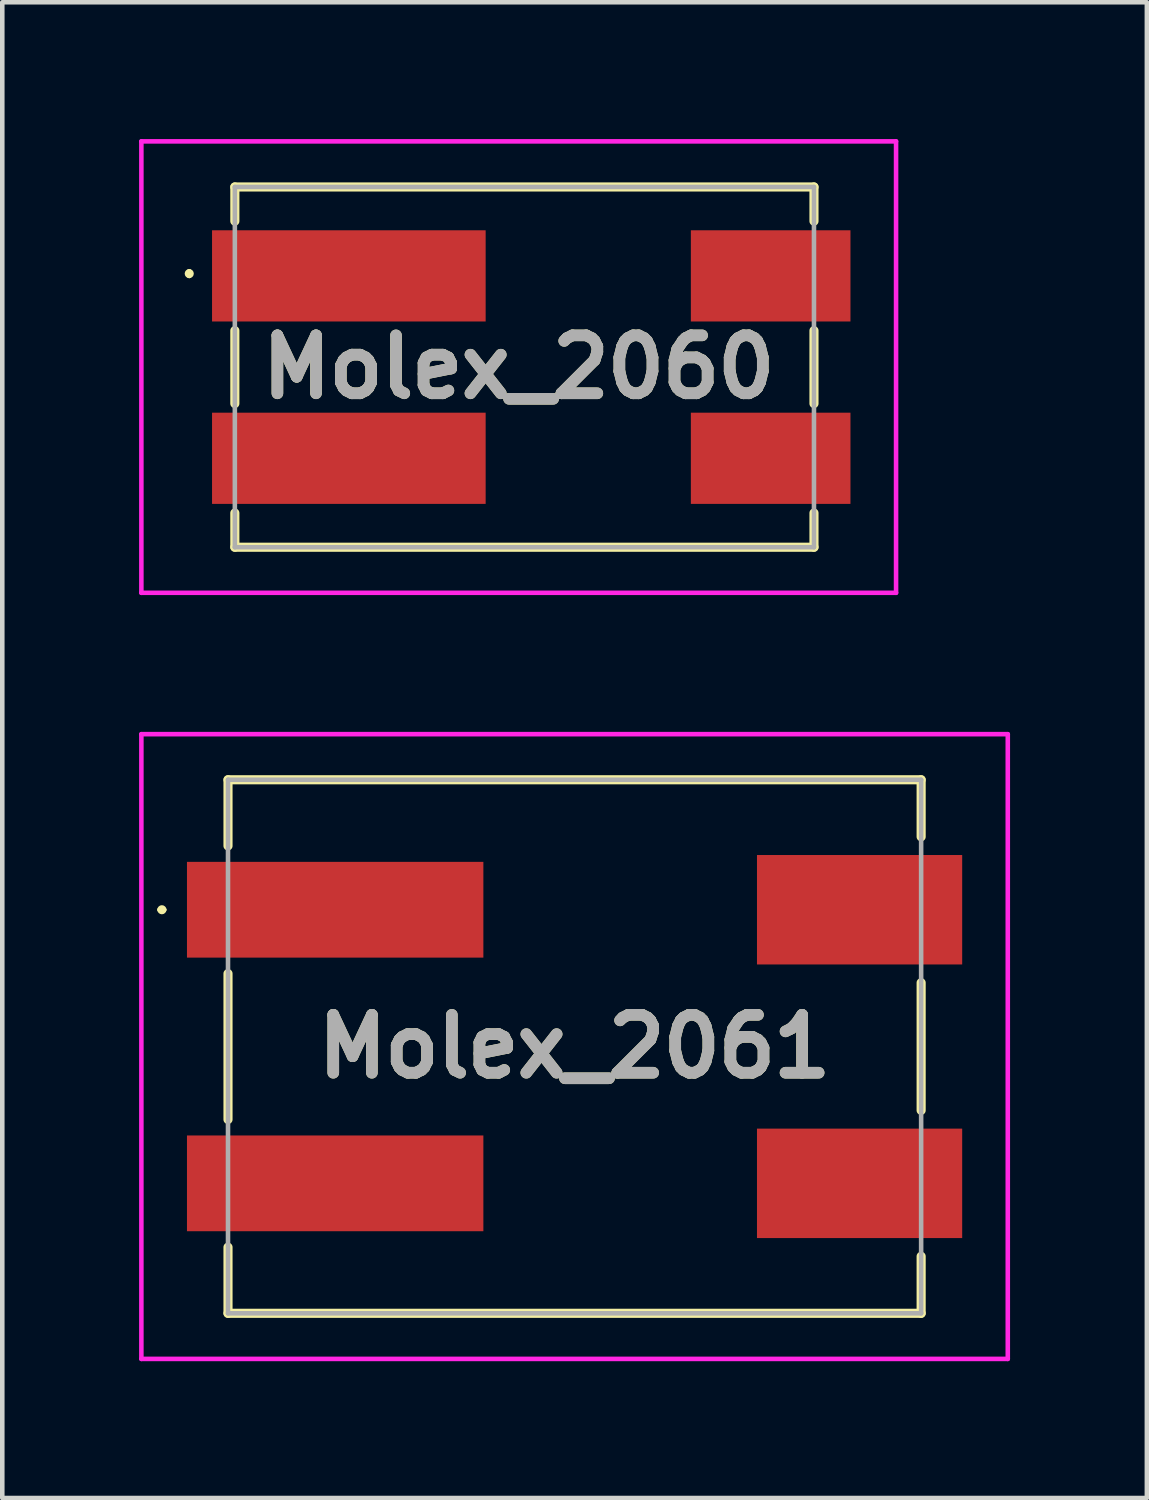
<source format=kicad_pcb>
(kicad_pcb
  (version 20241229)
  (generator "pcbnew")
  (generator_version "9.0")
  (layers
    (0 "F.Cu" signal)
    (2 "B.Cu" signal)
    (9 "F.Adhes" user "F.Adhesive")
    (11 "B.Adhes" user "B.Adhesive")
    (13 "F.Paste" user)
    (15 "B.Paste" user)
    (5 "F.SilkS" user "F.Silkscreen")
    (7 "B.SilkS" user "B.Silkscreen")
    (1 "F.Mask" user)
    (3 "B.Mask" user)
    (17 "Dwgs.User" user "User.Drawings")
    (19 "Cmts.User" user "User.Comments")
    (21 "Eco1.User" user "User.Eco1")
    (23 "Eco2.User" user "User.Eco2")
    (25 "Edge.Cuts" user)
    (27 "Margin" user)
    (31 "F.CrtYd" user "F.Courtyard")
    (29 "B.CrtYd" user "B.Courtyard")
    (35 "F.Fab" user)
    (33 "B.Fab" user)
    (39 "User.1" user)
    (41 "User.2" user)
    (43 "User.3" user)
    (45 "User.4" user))
  (footprint "Molex_2061"
    (layer "F.Cu")
    (at 9.55 19.9)
    (property "Reference" "Molex_2061" (at 0 0 0) (layer "F.SilkS") (effects (font (size 1.27 1.27) (thickness 0.254))))
    (attr smd)
    (fp_line (start -9.1 -3) (end -9.1 -3) (stroke (width 0.1) (type solid)) (layer "F.SilkS"))
    (fp_line (start -9 -3) (end -9 -3) (stroke (width 0.1) (type solid)) (layer "F.SilkS"))
    (fp_line (start -7.6 -5.85) (end -7.6 -4.4) (stroke (width 0.2) (type solid)) (layer "F.SilkS"))
    (fp_line (start -7.6 -1.6) (end -7.6 1.6) (stroke (width 0.2) (type solid)) (layer "F.SilkS"))
    (fp_line (start -7.6 4.4) (end -7.6 5.85) (stroke (width 0.2) (type solid)) (layer "F.SilkS"))
    (fp_line (start -7.6 5.85) (end 7.6 5.85) (stroke (width 0.2) (type solid)) (layer "F.SilkS"))
    (fp_line (start 7.6 -5.85) (end -7.6 -5.85) (stroke (width 0.2) (type solid)) (layer "F.SilkS"))
    (fp_line (start 7.6 -4.6) (end 7.6 -5.85) (stroke (width 0.2) (type solid)) (layer "F.SilkS"))
    (fp_line (start 7.6 1.4) (end 7.6 -1.4) (stroke (width 0.2) (type solid)) (layer "F.SilkS"))
    (fp_line (start 7.6 5.85) (end 7.6 4.6) (stroke (width 0.2) (type solid)) (layer "F.SilkS"))
    (fp_arc (start -9.1 -3) (mid -9.05 -3.05) (end -9 -3) (stroke (width 0.1) (type solid)) (layer "F.SilkS"))
    (fp_arc (start -9 -3) (mid -9.05 -2.95) (end -9.1 -3) (stroke (width 0.1) (type solid)) (layer "F.SilkS"))
    (fp_line (start -9.5 -6.85) (end 9.5 -6.85) (stroke (width 0.1) (type solid)) (layer "F.CrtYd"))
    (fp_line (start -9.5 6.85) (end -9.5 -6.85) (stroke (width 0.1) (type solid)) (layer "F.CrtYd"))
    (fp_line (start 9.5 -6.85) (end 9.5 6.85) (stroke (width 0.1) (type solid)) (layer "F.CrtYd"))
    (fp_line (start 9.5 6.85) (end -9.5 6.85) (stroke (width 0.1) (type solid)) (layer "F.CrtYd"))
    (fp_line (start -7.6 -5.85) (end -7.6 5.85) (stroke (width 0.1) (type solid)) (layer "F.Fab"))
    (fp_line (start -7.6 5.85) (end 7.6 5.85) (stroke (width 0.1) (type solid)) (layer "F.Fab"))
    (fp_line (start 7.6 -5.85) (end -7.6 -5.85) (stroke (width 0.1) (type solid)) (layer "F.Fab"))
    (fp_line (start 7.6 5.85) (end 7.6 -5.85) (stroke (width 0.1) (type solid)) (layer "F.Fab"))
    (fp_text user "${REFERENCE}" (at 0 0 0) (layer "F.Fab") (effects (font (size 1.27 1.27) (thickness 0.254))))
    (pad "1" smd rect (at -5.25 -3 90) (size 2.1 6.5) (layers "F.Cu" "F.Mask" "F.Paste"))
    (pad "1" smd rect (at 6.25 -3 90) (size 2.4 4.5) (layers "F.Cu" "F.Mask" "F.Paste"))
    (pad "2" smd rect (at -5.25 3 90) (size 2.1 6.5) (layers "F.Cu" "F.Mask" "F.Paste"))
    (pad "2" smd rect (at 6.25 3 90) (size 2.4 4.5) (layers "F.Cu" "F.Mask" "F.Paste")))
  (footprint "Molex_2060"
    (layer "F.Cu")
    (at 8.325 5)
    (property "Reference" "Molex_2060" (at 0 0 0) (layer "F.SilkS") (effects (font (size 1.27 1.27) (thickness 0.254))))
    (attr smd)
    (fp_line (start -7.225 -2.1) (end -7.225 -2.1) (stroke (width 0.1) (type solid)) (layer "F.SilkS"))
    (fp_line (start -7.225 -2) (end -7.225 -2) (stroke (width 0.1) (type solid)) (layer "F.SilkS"))
    (fp_line (start -6.225 -3.95) (end 6.475 -3.95) (stroke (width 0.2) (type solid)) (layer "F.SilkS"))
    (fp_line (start -6.225 -3.2) (end -6.225 -3.95) (stroke (width 0.2) (type solid)) (layer "F.SilkS"))
    (fp_line (start -6.225 -0.8) (end -6.225 0.8) (stroke (width 0.2) (type solid)) (layer "F.SilkS"))
    (fp_line (start -6.225 3.2) (end -6.225 3.95) (stroke (width 0.2) (type solid)) (layer "F.SilkS"))
    (fp_line (start -6.225 3.95) (end 6.475 3.95) (stroke (width 0.2) (type solid)) (layer "F.SilkS"))
    (fp_line (start 6.475 -3.95) (end 6.475 -3.2) (stroke (width 0.2) (type solid)) (layer "F.SilkS"))
    (fp_line (start 6.475 -0.8) (end 6.475 0.8) (stroke (width 0.2) (type solid)) (layer "F.SilkS"))
    (fp_line (start 6.475 3.95) (end 6.475 3.2) (stroke (width 0.2) (type solid)) (layer "F.SilkS"))
    (fp_arc (start -7.225 -2.1) (mid -7.175 -2.05) (end -7.225 -2) (stroke (width 0.1) (type solid)) (layer "F.SilkS"))
    (fp_arc (start -7.225 -2) (mid -7.275 -2.05) (end -7.225 -2.1) (stroke (width 0.1) (type solid)) (layer "F.SilkS"))
    (fp_line (start -8.275 -4.95) (end 8.275 -4.95) (stroke (width 0.1) (type solid)) (layer "F.CrtYd"))
    (fp_line (start -8.275 4.95) (end -8.275 -4.95) (stroke (width 0.1) (type solid)) (layer "F.CrtYd"))
    (fp_line (start 8.275 -4.95) (end 8.275 4.95) (stroke (width 0.1) (type solid)) (layer "F.CrtYd"))
    (fp_line (start 8.275 4.95) (end -8.275 4.95) (stroke (width 0.1) (type solid)) (layer "F.CrtYd"))
    (fp_line (start -6.225 -3.95) (end 6.475 -3.95) (stroke (width 0.1) (type solid)) (layer "F.Fab"))
    (fp_line (start -6.225 3.95) (end -6.225 -3.95) (stroke (width 0.1) (type solid)) (layer "F.Fab"))
    (fp_line (start 6.475 -3.95) (end 6.475 3.95) (stroke (width 0.1) (type solid)) (layer "F.Fab"))
    (fp_line (start 6.475 3.95) (end -6.225 3.95) (stroke (width 0.1) (type solid)) (layer "F.Fab"))
    (fp_text user "${REFERENCE}" (at 0 0 0) (layer "F.Fab") (effects (font (size 1.27 1.27) (thickness 0.254))))
    (pad "1" smd rect (at -3.725 -2 90) (size 2 6) (layers "F.Cu" "F.Mask" "F.Paste"))
    (pad "1" smd rect (at 5.525 -2 90) (size 2 3.5) (layers "F.Cu" "F.Mask" "F.Paste"))
    (pad "2" smd rect (at -3.725 2 90) (size 2 6) (layers "F.Cu" "F.Mask" "F.Paste"))
    (pad "2" smd rect (at 5.525 2 90) (size 2 3.5) (layers "F.Cu" "F.Mask" "F.Paste")))
  (gr_rect
    (start -3 -3)
    (end 22.1 29.8)
    (stroke (width 0.1) (type default))
    (fill no)
    (layer "Edge.Cuts")))
</source>
